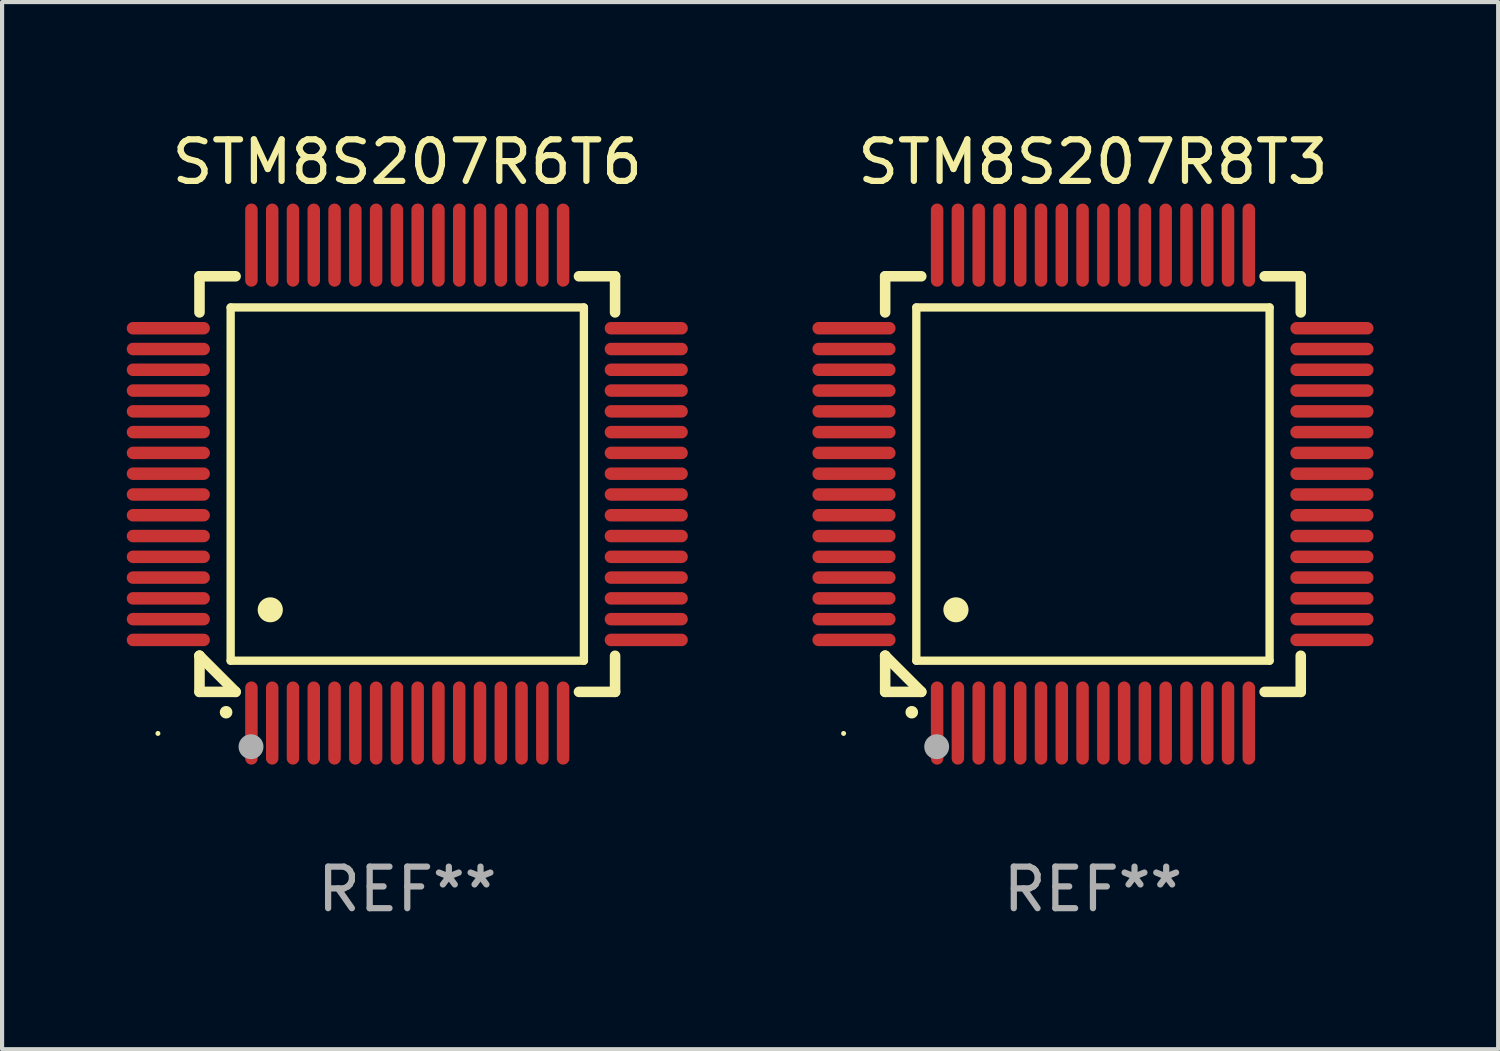
<source format=kicad_pcb>
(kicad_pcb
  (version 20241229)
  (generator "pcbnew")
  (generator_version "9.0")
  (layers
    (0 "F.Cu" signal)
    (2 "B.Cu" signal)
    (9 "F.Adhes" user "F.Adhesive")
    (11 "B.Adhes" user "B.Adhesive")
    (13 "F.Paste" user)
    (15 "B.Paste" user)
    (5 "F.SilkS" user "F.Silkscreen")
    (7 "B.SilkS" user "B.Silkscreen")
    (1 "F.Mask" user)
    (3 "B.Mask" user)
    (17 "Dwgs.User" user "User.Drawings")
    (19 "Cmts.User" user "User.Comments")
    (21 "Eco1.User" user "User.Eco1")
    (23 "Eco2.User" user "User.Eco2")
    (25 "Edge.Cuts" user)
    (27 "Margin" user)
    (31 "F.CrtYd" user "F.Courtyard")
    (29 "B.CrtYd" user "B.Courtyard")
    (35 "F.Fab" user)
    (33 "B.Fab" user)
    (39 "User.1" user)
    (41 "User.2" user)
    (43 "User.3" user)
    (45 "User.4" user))
  (footprint "STM8S207R8T3"
    (layer "F.Cu")
    (at 23.249 8.598)
    (property "Reference" "STM8S207R8T3" (at 0 -7.75 0) (layer "F.SilkS") (effects (font (size 1 1) (thickness 0.15))))
    (attr through_hole)
    (fp_line (start -5 -5) (end -4.131 -5) (stroke (width 0.254) (type solid)) (layer "F.SilkS"))
    (fp_line (start -5 -4.131) (end -5 -5) (stroke (width 0.254) (type solid)) (layer "F.SilkS"))
    (fp_line (start -5 4.131) (end -5 4.131) (stroke (width 0.254) (type solid)) (layer "F.SilkS"))
    (fp_line (start -5 5) (end -5 4.131) (stroke (width 0.254) (type solid)) (layer "F.SilkS"))
    (fp_line (start -5 4.131) (end -4.131 5) (stroke (width 0.254) (type solid)) (layer "F.SilkS"))
    (fp_line (start -4.25 -4.25) (end -4.25 4.25) (stroke (width 0.2) (type solid)) (layer "F.SilkS"))
    (fp_line (start -4.25 4.25) (end 4.25 4.25) (stroke (width 0.2) (type solid)) (layer "F.SilkS"))
    (fp_line (start -4.131 5) (end -5 5) (stroke (width 0.254) (type solid)) (layer "F.SilkS"))
    (fp_line (start 4.25 -4.25) (end -4.25 -4.25) (stroke (width 0.2) (type solid)) (layer "F.SilkS"))
    (fp_line (start 4.25 4.25) (end 4.25 -4.25) (stroke (width 0.2) (type solid)) (layer "F.SilkS"))
    (fp_line (start 5 -5) (end 4.131 -5) (stroke (width 0.254) (type solid)) (layer "F.SilkS"))
    (fp_line (start 5 -5) (end 5 -4.131) (stroke (width 0.254) (type solid)) (layer "F.SilkS"))
    (fp_line (start 5 4.131) (end 5 5) (stroke (width 0.254) (type solid)) (layer "F.SilkS"))
    (fp_line (start 5 5) (end 4.131 5) (stroke (width 0.254) (type solid)) (layer "F.SilkS"))
    (fp_arc (start -4.361265 5.489992) (mid -4.359995 5.489987) (end -4.358725 5.489992) (stroke (width 0.3) (type solid)) (layer "F.SilkS"))
    (fp_arc (start -3.299467 3.025146) (mid -3.296927 3.025135) (end -3.294387 3.025146) (stroke (width 0.6) (type solid)) (layer "F.SilkS"))
    (fp_circle (center -6 6) (end -5.97 6) (stroke (width 0.06) (type solid)) (fill no) (layer "F.SilkS"))
    (fp_circle (center -3.76 6.32) (end -3.61 6.32) (stroke (width 0.3) (type solid)) (fill no) (layer "F.Fab"))
    (fp_text user "REF**" (at 0 9.75 0) (layer "F.Fab") (effects (font (size 1 1) (thickness 0.15))))
    (pad "1" smd oval (at -3.75 5.75) (size 0.3 2) (layers "F.Cu" "F.Mask" "F.Paste"))
    (pad "2" smd oval (at -3.25 5.75) (size 0.3 2) (layers "F.Cu" "F.Mask" "F.Paste"))
    (pad "3" smd oval (at -2.75 5.75) (size 0.3 2) (layers "F.Cu" "F.Mask" "F.Paste"))
    (pad "4" smd oval (at -2.25 5.75) (size 0.3 2) (layers "F.Cu" "F.Mask" "F.Paste"))
    (pad "5" smd oval (at -1.75 5.75) (size 0.3 2) (layers "F.Cu" "F.Mask" "F.Paste"))
    (pad "6" smd oval (at -1.25 5.75) (size 0.3 2) (layers "F.Cu" "F.Mask" "F.Paste"))
    (pad "7" smd oval (at -0.75 5.75) (size 0.3 2) (layers "F.Cu" "F.Mask" "F.Paste"))
    (pad "8" smd oval (at -0.25 5.75) (size 0.3 2) (layers "F.Cu" "F.Mask" "F.Paste"))
    (pad "9" smd oval (at 0.25 5.75) (size 0.3 2) (layers "F.Cu" "F.Mask" "F.Paste"))
    (pad "10" smd oval (at 0.75 5.75) (size 0.3 2) (layers "F.Cu" "F.Mask" "F.Paste"))
    (pad "11" smd oval (at 1.25 5.75) (size 0.3 2) (layers "F.Cu" "F.Mask" "F.Paste"))
    (pad "12" smd oval (at 1.75 5.75) (size 0.3 2) (layers "F.Cu" "F.Mask" "F.Paste"))
    (pad "13" smd oval (at 2.25 5.75) (size 0.3 2) (layers "F.Cu" "F.Mask" "F.Paste"))
    (pad "14" smd oval (at 2.75 5.75) (size 0.3 2) (layers "F.Cu" "F.Mask" "F.Paste"))
    (pad "15" smd oval (at 3.25 5.75) (size 0.3 2) (layers "F.Cu" "F.Mask" "F.Paste"))
    (pad "16" smd oval (at 3.75 5.75) (size 0.3 2) (layers "F.Cu" "F.Mask" "F.Paste"))
    (pad "17" smd oval (at 5.75 3.75) (size 2 0.3) (layers "F.Cu" "F.Mask" "F.Paste"))
    (pad "18" smd oval (at 5.75 3.25) (size 2 0.3) (layers "F.Cu" "F.Mask" "F.Paste"))
    (pad "19" smd oval (at 5.75 2.75) (size 2 0.3) (layers "F.Cu" "F.Mask" "F.Paste"))
    (pad "20" smd oval (at 5.75 2.25) (size 2 0.3) (layers "F.Cu" "F.Mask" "F.Paste"))
    (pad "21" smd oval (at 5.75 1.75) (size 2 0.3) (layers "F.Cu" "F.Mask" "F.Paste"))
    (pad "22" smd oval (at 5.75 1.25) (size 2 0.3) (layers "F.Cu" "F.Mask" "F.Paste"))
    (pad "23" smd oval (at 5.75 0.75) (size 2 0.3) (layers "F.Cu" "F.Mask" "F.Paste"))
    (pad "24" smd oval (at 5.75 0.25) (size 2 0.3) (layers "F.Cu" "F.Mask" "F.Paste"))
    (pad "25" smd oval (at 5.75 -0.25) (size 2 0.3) (layers "F.Cu" "F.Mask" "F.Paste"))
    (pad "26" smd oval (at 5.75 -0.75) (size 2 0.3) (layers "F.Cu" "F.Mask" "F.Paste"))
    (pad "27" smd oval (at 5.75 -1.25) (size 2 0.3) (layers "F.Cu" "F.Mask" "F.Paste"))
    (pad "28" smd oval (at 5.75 -1.75) (size 2 0.3) (layers "F.Cu" "F.Mask" "F.Paste"))
    (pad "29" smd oval (at 5.75 -2.25) (size 2 0.3) (layers "F.Cu" "F.Mask" "F.Paste"))
    (pad "30" smd oval (at 5.75 -2.75) (size 2 0.3) (layers "F.Cu" "F.Mask" "F.Paste"))
    (pad "31" smd oval (at 5.75 -3.25) (size 2 0.3) (layers "F.Cu" "F.Mask" "F.Paste"))
    (pad "32" smd oval (at 5.75 -3.75) (size 2 0.3) (layers "F.Cu" "F.Mask" "F.Paste"))
    (pad "33" smd oval (at 3.75 -5.75) (size 0.3 2) (layers "F.Cu" "F.Mask" "F.Paste"))
    (pad "34" smd oval (at 3.25 -5.75) (size 0.3 2) (layers "F.Cu" "F.Mask" "F.Paste"))
    (pad "35" smd oval (at 2.75 -5.75) (size 0.3 2) (layers "F.Cu" "F.Mask" "F.Paste"))
    (pad "36" smd oval (at 2.25 -5.75) (size 0.3 2) (layers "F.Cu" "F.Mask" "F.Paste"))
    (pad "37" smd oval (at 1.75 -5.75) (size 0.3 2) (layers "F.Cu" "F.Mask" "F.Paste"))
    (pad "38" smd oval (at 1.25 -5.75) (size 0.3 2) (layers "F.Cu" "F.Mask" "F.Paste"))
    (pad "39" smd oval (at 0.75 -5.75) (size 0.3 2) (layers "F.Cu" "F.Mask" "F.Paste"))
    (pad "40" smd oval (at 0.25 -5.75) (size 0.3 2) (layers "F.Cu" "F.Mask" "F.Paste"))
    (pad "41" smd oval (at -0.25 -5.75) (size 0.3 2) (layers "F.Cu" "F.Mask" "F.Paste"))
    (pad "42" smd oval (at -0.75 -5.75) (size 0.3 2) (layers "F.Cu" "F.Mask" "F.Paste"))
    (pad "43" smd oval (at -1.25 -5.75) (size 0.3 2) (layers "F.Cu" "F.Mask" "F.Paste"))
    (pad "44" smd oval (at -1.75 -5.75) (size 0.3 2) (layers "F.Cu" "F.Mask" "F.Paste"))
    (pad "45" smd oval (at -2.25 -5.75) (size 0.3 2) (layers "F.Cu" "F.Mask" "F.Paste"))
    (pad "46" smd oval (at -2.75 -5.75) (size 0.3 2) (layers "F.Cu" "F.Mask" "F.Paste"))
    (pad "47" smd oval (at -3.25 -5.75) (size 0.3 2) (layers "F.Cu" "F.Mask" "F.Paste"))
    (pad "48" smd oval (at -3.75 -5.75) (size 0.3 2) (layers "F.Cu" "F.Mask" "F.Paste"))
    (pad "49" smd oval (at -5.75 -3.75) (size 2 0.3) (layers "F.Cu" "F.Mask" "F.Paste"))
    (pad "50" smd oval (at -5.75 -3.25) (size 2 0.3) (layers "F.Cu" "F.Mask" "F.Paste"))
    (pad "51" smd oval (at -5.75 -2.75) (size 2 0.3) (layers "F.Cu" "F.Mask" "F.Paste"))
    (pad "52" smd oval (at -5.75 -2.25) (size 2 0.3) (layers "F.Cu" "F.Mask" "F.Paste"))
    (pad "53" smd oval (at -5.75 -1.75) (size 2 0.3) (layers "F.Cu" "F.Mask" "F.Paste"))
    (pad "54" smd oval (at -5.75 -1.25) (size 2 0.3) (layers "F.Cu" "F.Mask" "F.Paste"))
    (pad "55" smd oval (at -5.75 -0.75) (size 2 0.3) (layers "F.Cu" "F.Mask" "F.Paste"))
    (pad "56" smd oval (at -5.75 -0.25) (size 2 0.3) (layers "F.Cu" "F.Mask" "F.Paste"))
    (pad "57" smd oval (at -5.75 0.25) (size 2 0.3) (layers "F.Cu" "F.Mask" "F.Paste"))
    (pad "58" smd oval (at -5.75 0.75) (size 2 0.3) (layers "F.Cu" "F.Mask" "F.Paste"))
    (pad "59" smd oval (at -5.75 1.25) (size 2 0.3) (layers "F.Cu" "F.Mask" "F.Paste"))
    (pad "60" smd oval (at -5.75 1.75) (size 2 0.3) (layers "F.Cu" "F.Mask" "F.Paste"))
    (pad "61" smd oval (at -5.75 2.25) (size 2 0.3) (layers "F.Cu" "F.Mask" "F.Paste"))
    (pad "62" smd oval (at -5.75 2.75) (size 2 0.3) (layers "F.Cu" "F.Mask" "F.Paste"))
    (pad "63" smd oval (at -5.75 3.25) (size 2 0.3) (layers "F.Cu" "F.Mask" "F.Paste"))
    (pad "64" smd oval (at -5.75 3.75) (size 2 0.3) (layers "F.Cu" "F.Mask" "F.Paste")))
  (footprint "STM8S207R6T6"
    (layer "F.Cu")
    (at 6.75 8.598)
    (property "Reference" "STM8S207R6T6" (at 0 -7.75 0) (layer "F.SilkS") (effects (font (size 1 1) (thickness 0.15))))
    (attr through_hole)
    (fp_line (start -5 -5) (end -4.131 -5) (stroke (width 0.254) (type solid)) (layer "F.SilkS"))
    (fp_line (start -5 -4.131) (end -5 -5) (stroke (width 0.254) (type solid)) (layer "F.SilkS"))
    (fp_line (start -5 4.131) (end -5 4.131) (stroke (width 0.254) (type solid)) (layer "F.SilkS"))
    (fp_line (start -5 5) (end -5 4.131) (stroke (width 0.254) (type solid)) (layer "F.SilkS"))
    (fp_line (start -5 4.131) (end -4.131 5) (stroke (width 0.254) (type solid)) (layer "F.SilkS"))
    (fp_line (start -4.25 -4.25) (end -4.25 4.25) (stroke (width 0.2) (type solid)) (layer "F.SilkS"))
    (fp_line (start -4.25 4.25) (end 4.25 4.25) (stroke (width 0.2) (type solid)) (layer "F.SilkS"))
    (fp_line (start -4.131 5) (end -5 5) (stroke (width 0.254) (type solid)) (layer "F.SilkS"))
    (fp_line (start 4.25 -4.25) (end -4.25 -4.25) (stroke (width 0.2) (type solid)) (layer "F.SilkS"))
    (fp_line (start 4.25 4.25) (end 4.25 -4.25) (stroke (width 0.2) (type solid)) (layer "F.SilkS"))
    (fp_line (start 5 -5) (end 4.131 -5) (stroke (width 0.254) (type solid)) (layer "F.SilkS"))
    (fp_line (start 5 -5) (end 5 -4.131) (stroke (width 0.254) (type solid)) (layer "F.SilkS"))
    (fp_line (start 5 4.131) (end 5 5) (stroke (width 0.254) (type solid)) (layer "F.SilkS"))
    (fp_line (start 5 5) (end 4.131 5) (stroke (width 0.254) (type solid)) (layer "F.SilkS"))
    (fp_arc (start -4.361265 5.489992) (mid -4.359995 5.489987) (end -4.358725 5.489992) (stroke (width 0.3) (type solid)) (layer "F.SilkS"))
    (fp_arc (start -3.299467 3.025146) (mid -3.296927 3.025135) (end -3.294387 3.025146) (stroke (width 0.6) (type solid)) (layer "F.SilkS"))
    (fp_circle (center -6 6) (end -5.97 6) (stroke (width 0.06) (type solid)) (fill no) (layer "F.SilkS"))
    (fp_circle (center -3.76 6.32) (end -3.61 6.32) (stroke (width 0.3) (type solid)) (fill no) (layer "F.Fab"))
    (fp_text user "REF**" (at 0 9.75 0) (layer "F.Fab") (effects (font (size 1 1) (thickness 0.15))))
    (pad "1" smd oval (at -3.75 5.75) (size 0.3 2) (layers "F.Cu" "F.Mask" "F.Paste"))
    (pad "2" smd oval (at -3.25 5.75) (size 0.3 2) (layers "F.Cu" "F.Mask" "F.Paste"))
    (pad "3" smd oval (at -2.75 5.75) (size 0.3 2) (layers "F.Cu" "F.Mask" "F.Paste"))
    (pad "4" smd oval (at -2.25 5.75) (size 0.3 2) (layers "F.Cu" "F.Mask" "F.Paste"))
    (pad "5" smd oval (at -1.75 5.75) (size 0.3 2) (layers "F.Cu" "F.Mask" "F.Paste"))
    (pad "6" smd oval (at -1.25 5.75) (size 0.3 2) (layers "F.Cu" "F.Mask" "F.Paste"))
    (pad "7" smd oval (at -0.75 5.75) (size 0.3 2) (layers "F.Cu" "F.Mask" "F.Paste"))
    (pad "8" smd oval (at -0.25 5.75) (size 0.3 2) (layers "F.Cu" "F.Mask" "F.Paste"))
    (pad "9" smd oval (at 0.25 5.75) (size 0.3 2) (layers "F.Cu" "F.Mask" "F.Paste"))
    (pad "10" smd oval (at 0.75 5.75) (size 0.3 2) (layers "F.Cu" "F.Mask" "F.Paste"))
    (pad "11" smd oval (at 1.25 5.75) (size 0.3 2) (layers "F.Cu" "F.Mask" "F.Paste"))
    (pad "12" smd oval (at 1.75 5.75) (size 0.3 2) (layers "F.Cu" "F.Mask" "F.Paste"))
    (pad "13" smd oval (at 2.25 5.75) (size 0.3 2) (layers "F.Cu" "F.Mask" "F.Paste"))
    (pad "14" smd oval (at 2.75 5.75) (size 0.3 2) (layers "F.Cu" "F.Mask" "F.Paste"))
    (pad "15" smd oval (at 3.25 5.75) (size 0.3 2) (layers "F.Cu" "F.Mask" "F.Paste"))
    (pad "16" smd oval (at 3.75 5.75) (size 0.3 2) (layers "F.Cu" "F.Mask" "F.Paste"))
    (pad "17" smd oval (at 5.75 3.75) (size 2 0.3) (layers "F.Cu" "F.Mask" "F.Paste"))
    (pad "18" smd oval (at 5.75 3.25) (size 2 0.3) (layers "F.Cu" "F.Mask" "F.Paste"))
    (pad "19" smd oval (at 5.75 2.75) (size 2 0.3) (layers "F.Cu" "F.Mask" "F.Paste"))
    (pad "20" smd oval (at 5.75 2.25) (size 2 0.3) (layers "F.Cu" "F.Mask" "F.Paste"))
    (pad "21" smd oval (at 5.75 1.75) (size 2 0.3) (layers "F.Cu" "F.Mask" "F.Paste"))
    (pad "22" smd oval (at 5.75 1.25) (size 2 0.3) (layers "F.Cu" "F.Mask" "F.Paste"))
    (pad "23" smd oval (at 5.75 0.75) (size 2 0.3) (layers "F.Cu" "F.Mask" "F.Paste"))
    (pad "24" smd oval (at 5.75 0.25) (size 2 0.3) (layers "F.Cu" "F.Mask" "F.Paste"))
    (pad "25" smd oval (at 5.75 -0.25) (size 2 0.3) (layers "F.Cu" "F.Mask" "F.Paste"))
    (pad "26" smd oval (at 5.75 -0.75) (size 2 0.3) (layers "F.Cu" "F.Mask" "F.Paste"))
    (pad "27" smd oval (at 5.75 -1.25) (size 2 0.3) (layers "F.Cu" "F.Mask" "F.Paste"))
    (pad "28" smd oval (at 5.75 -1.75) (size 2 0.3) (layers "F.Cu" "F.Mask" "F.Paste"))
    (pad "29" smd oval (at 5.75 -2.25) (size 2 0.3) (layers "F.Cu" "F.Mask" "F.Paste"))
    (pad "30" smd oval (at 5.75 -2.75) (size 2 0.3) (layers "F.Cu" "F.Mask" "F.Paste"))
    (pad "31" smd oval (at 5.75 -3.25) (size 2 0.3) (layers "F.Cu" "F.Mask" "F.Paste"))
    (pad "32" smd oval (at 5.75 -3.75) (size 2 0.3) (layers "F.Cu" "F.Mask" "F.Paste"))
    (pad "33" smd oval (at 3.75 -5.75) (size 0.3 2) (layers "F.Cu" "F.Mask" "F.Paste"))
    (pad "34" smd oval (at 3.25 -5.75) (size 0.3 2) (layers "F.Cu" "F.Mask" "F.Paste"))
    (pad "35" smd oval (at 2.75 -5.75) (size 0.3 2) (layers "F.Cu" "F.Mask" "F.Paste"))
    (pad "36" smd oval (at 2.25 -5.75) (size 0.3 2) (layers "F.Cu" "F.Mask" "F.Paste"))
    (pad "37" smd oval (at 1.75 -5.75) (size 0.3 2) (layers "F.Cu" "F.Mask" "F.Paste"))
    (pad "38" smd oval (at 1.25 -5.75) (size 0.3 2) (layers "F.Cu" "F.Mask" "F.Paste"))
    (pad "39" smd oval (at 0.75 -5.75) (size 0.3 2) (layers "F.Cu" "F.Mask" "F.Paste"))
    (pad "40" smd oval (at 0.25 -5.75) (size 0.3 2) (layers "F.Cu" "F.Mask" "F.Paste"))
    (pad "41" smd oval (at -0.25 -5.75) (size 0.3 2) (layers "F.Cu" "F.Mask" "F.Paste"))
    (pad "42" smd oval (at -0.75 -5.75) (size 0.3 2) (layers "F.Cu" "F.Mask" "F.Paste"))
    (pad "43" smd oval (at -1.25 -5.75) (size 0.3 2) (layers "F.Cu" "F.Mask" "F.Paste"))
    (pad "44" smd oval (at -1.75 -5.75) (size 0.3 2) (layers "F.Cu" "F.Mask" "F.Paste"))
    (pad "45" smd oval (at -2.25 -5.75) (size 0.3 2) (layers "F.Cu" "F.Mask" "F.Paste"))
    (pad "46" smd oval (at -2.75 -5.75) (size 0.3 2) (layers "F.Cu" "F.Mask" "F.Paste"))
    (pad "47" smd oval (at -3.25 -5.75) (size 0.3 2) (layers "F.Cu" "F.Mask" "F.Paste"))
    (pad "48" smd oval (at -3.75 -5.75) (size 0.3 2) (layers "F.Cu" "F.Mask" "F.Paste"))
    (pad "49" smd oval (at -5.75 -3.75) (size 2 0.3) (layers "F.Cu" "F.Mask" "F.Paste"))
    (pad "50" smd oval (at -5.75 -3.25) (size 2 0.3) (layers "F.Cu" "F.Mask" "F.Paste"))
    (pad "51" smd oval (at -5.75 -2.75) (size 2 0.3) (layers "F.Cu" "F.Mask" "F.Paste"))
    (pad "52" smd oval (at -5.75 -2.25) (size 2 0.3) (layers "F.Cu" "F.Mask" "F.Paste"))
    (pad "53" smd oval (at -5.75 -1.75) (size 2 0.3) (layers "F.Cu" "F.Mask" "F.Paste"))
    (pad "54" smd oval (at -5.75 -1.25) (size 2 0.3) (layers "F.Cu" "F.Mask" "F.Paste"))
    (pad "55" smd oval (at -5.75 -0.75) (size 2 0.3) (layers "F.Cu" "F.Mask" "F.Paste"))
    (pad "56" smd oval (at -5.75 -0.25) (size 2 0.3) (layers "F.Cu" "F.Mask" "F.Paste"))
    (pad "57" smd oval (at -5.75 0.25) (size 2 0.3) (layers "F.Cu" "F.Mask" "F.Paste"))
    (pad "58" smd oval (at -5.75 0.75) (size 2 0.3) (layers "F.Cu" "F.Mask" "F.Paste"))
    (pad "59" smd oval (at -5.75 1.25) (size 2 0.3) (layers "F.Cu" "F.Mask" "F.Paste"))
    (pad "60" smd oval (at -5.75 1.75) (size 2 0.3) (layers "F.Cu" "F.Mask" "F.Paste"))
    (pad "61" smd oval (at -5.75 2.25) (size 2 0.3) (layers "F.Cu" "F.Mask" "F.Paste"))
    (pad "62" smd oval (at -5.75 2.75) (size 2 0.3) (layers "F.Cu" "F.Mask" "F.Paste"))
    (pad "63" smd oval (at -5.75 3.25) (size 2 0.3) (layers "F.Cu" "F.Mask" "F.Paste"))
    (pad "64" smd oval (at -5.75 3.75) (size 2 0.3) (layers "F.Cu" "F.Mask" "F.Paste")))
  (gr_rect
    (start -3 -3)
    (end 32.999 22.196)
    (stroke (width 0.1) (type default))
    (fill no)
    (layer "Edge.Cuts")))
</source>
